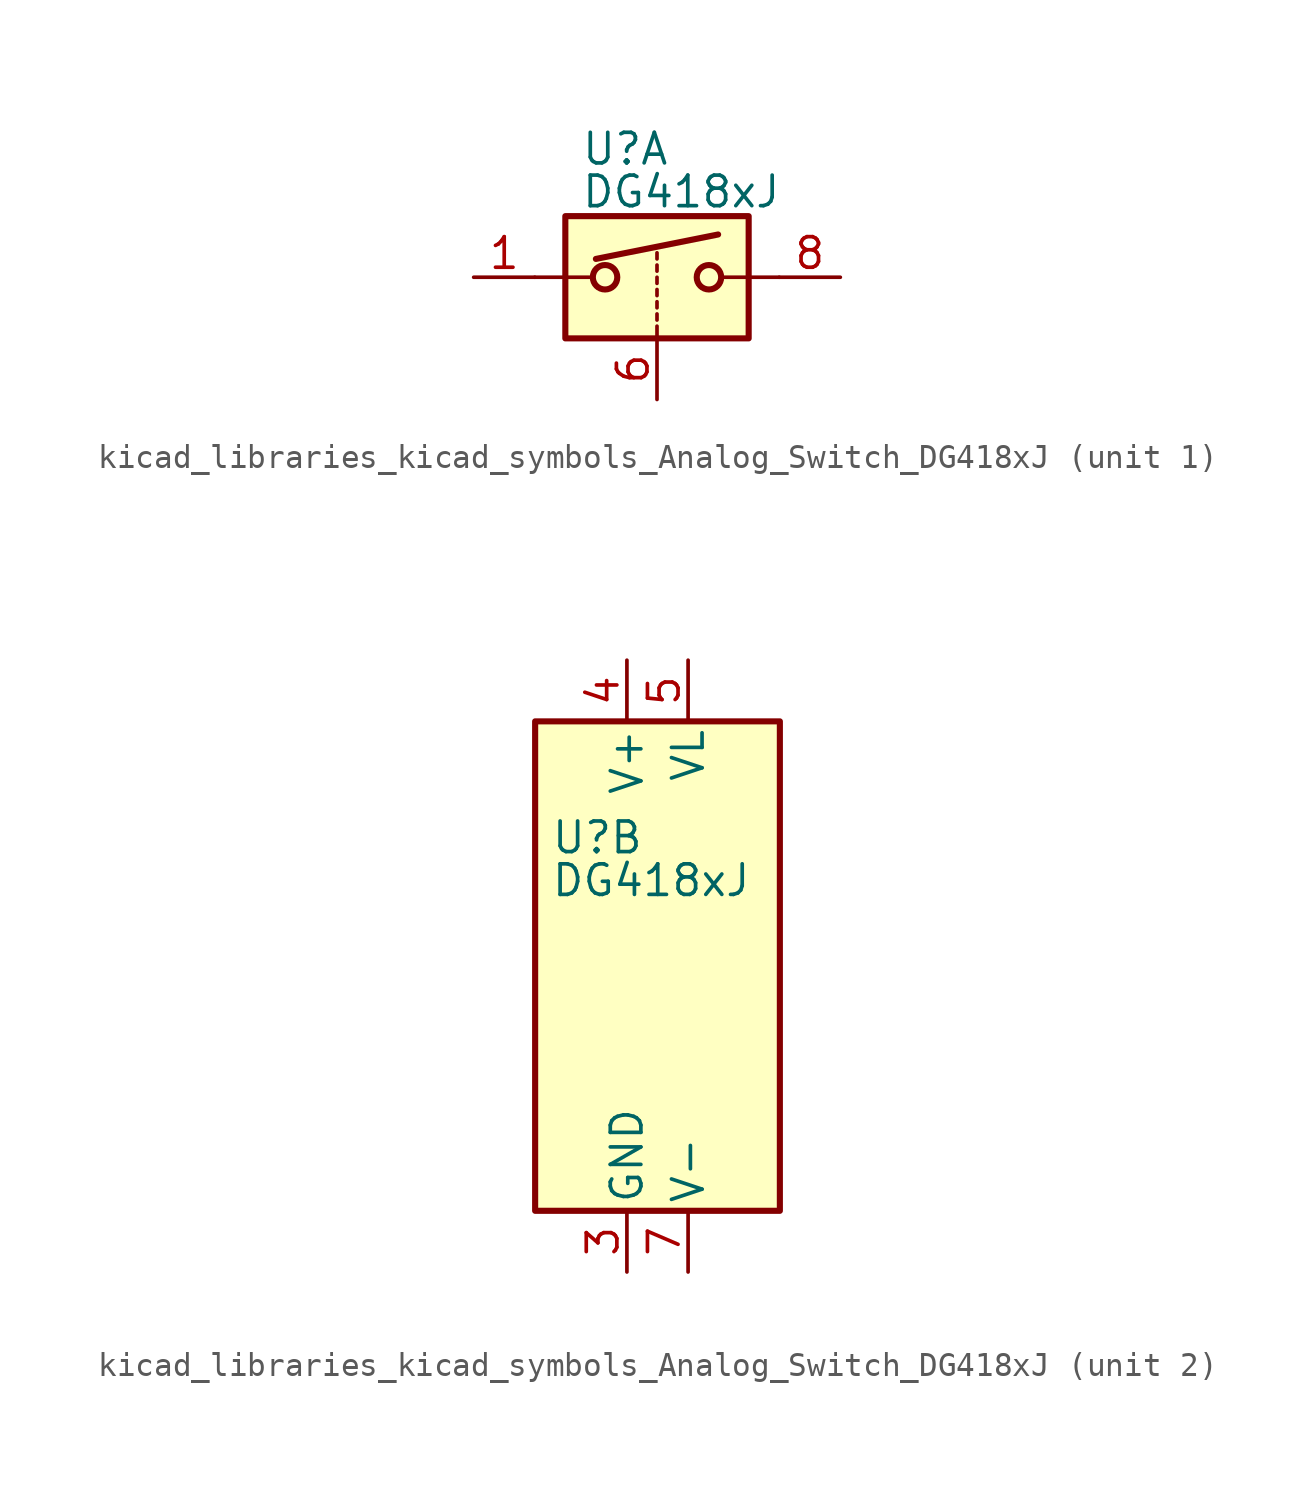
<source format=kicad_sym>
(kicad_symbol_lib
  (version 20220914)
  (generator kicad_symbol_editor)
  (symbol "kicad_libraries_kicad_symbols_Analog_Switch_DG418xJ"
    (pin_names
      (offset 0.254))
    (property "Reference" "U"
      (at -3.175 5.334 0)
      (effects (font (size 1.27 1.27)) (justify left)))
    (property "Value" "DG418xJ"
      (at -3.175 3.556 0)
      (effects (font (size 1.27 1.27)) (justify left)))
    (symbol "kicad_libraries_kicad_symbols_Analog_Switch_DG418xJ_1_1"
      (rectangle (start -3.81 2.54) (end 3.81 -2.54) (stroke (width 0.254) (type default)) (fill (type background)))
      (circle (center -2.159 0) (radius 0.508) (stroke (width 0.254) (type default)) (fill (type none)))
      (polyline (pts (xy -5.08 0) (xy -2.794 0)) (stroke (width 0) (type default)) (fill (type none)))
      (polyline (pts (xy -2.54 0.762) (xy 2.54 1.778)) (stroke (width 0.254) (type default)) (fill (type none)))
      (polyline (pts (xy 0 -2.54) (xy 0 -2.032)) (stroke (width 0) (type default)) (fill (type none)))
      (polyline (pts (xy 0 -1.778) (xy 0 -1.524)) (stroke (width 0) (type default)) (fill (type none)))
      (polyline (pts (xy 0 -1.27) (xy 0 -1.016)) (stroke (width 0) (type default)) (fill (type none)))
      (polyline (pts (xy 0 -0.762) (xy 0 -0.508)) (stroke (width 0) (type default)) (fill (type none)))
      (polyline (pts (xy 0 -0.254) (xy 0 0)) (stroke (width 0) (type default)) (fill (type none)))
      (polyline (pts (xy 0 0.254) (xy 0 0.508)) (stroke (width 0) (type default)) (fill (type none)))
      (polyline (pts (xy 0 0.762) (xy 0 1.016)) (stroke (width 0) (type default)) (fill (type none)))
      (polyline (pts (xy 5.08 0) (xy 2.794 0)) (stroke (width 0) (type default)) (fill (type none)))
      (circle (center 2.159 0) (radius 0.508) (stroke (width 0.254) (type default)) (fill (type none)))
      (pin passive line (at -7.62 0 0) (length 2.54) (name "~" (effects (font (size 1.27 1.27)))) (number "1" (effects (font (size 1.27 1.27)))))
      (pin input line (at 0 -5.08 90) (length 2.54) (name "~" (effects (font (size 1.27 1.27)))) (number "6" (effects (font (size 1.27 1.27)))))
      (pin passive line (at 7.62 0 180) (length 2.54) (name "~" (effects (font (size 1.27 1.27)))) (number "8" (effects (font (size 1.27 1.27))))))
    (symbol "kicad_libraries_kicad_symbols_Analog_Switch_DG418xJ_2_0"
      (pin no_connect line (at -2.54 10.16 270) (length 2.54) hide (name "NC" (effects (font (size 1.27 1.27)))) (number "2" (effects (font (size 1.27 1.27)))))
      (pin power_in line (at 0 -12.7 90) (length 2.54) (name "GND" (effects (font (size 1.27 1.27)))) (number "3" (effects (font (size 1.27 1.27)))))
      (pin power_in line (at 0 12.7 270) (length 2.54) (name "V+" (effects (font (size 1.27 1.27)))) (number "4" (effects (font (size 1.27 1.27)))))
      (pin power_in line (at 2.54 12.7 270) (length 2.54) (name "VL" (effects (font (size 1.27 1.27)))) (number "5" (effects (font (size 1.27 1.27)))))
      (pin power_in line (at 2.54 -12.7 90) (length 2.54) (name "V-" (effects (font (size 1.27 1.27)))) (number "7" (effects (font (size 1.27 1.27))))))
    (symbol "kicad_libraries_kicad_symbols_Analog_Switch_DG418xJ_2_1"
      (rectangle (start -3.81 10.16) (end 6.35 -10.16) (stroke (width 0.254) (type default)) (fill (type background))))))
</source>
